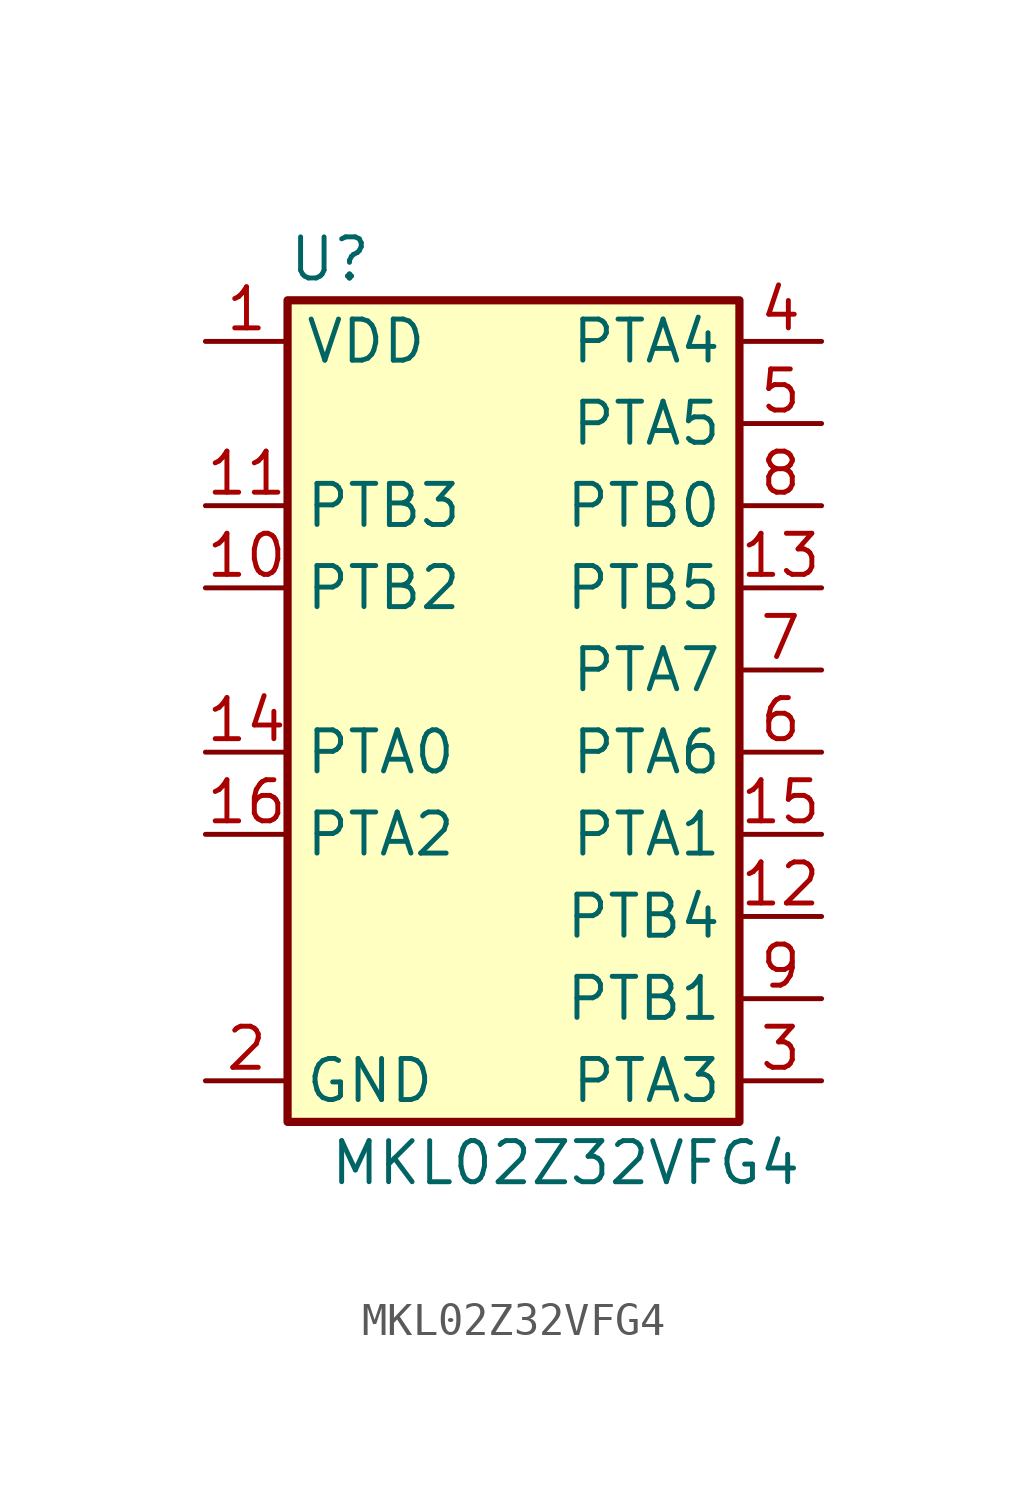
<source format=kicad_sym>
(kicad_symbol_lib
  (version 20231120)
  (generator "kicad_symbol_editor")
  (generator_version "8.0")
  (symbol "MKL02Z32VFG4"
    (property "Reference" "U"
      (at -7.62 15.24 0)
      (effects (font (size 1.27 1.27)) (justify left)))
    (property "Value" "MKL02Z32VFG4"
      (at -6.35 -12.7 0)
      (effects (font (size 1.27 1.27)) (justify left)))
    (symbol "MKL02Z32VFG4_1_1"
      (rectangle (start -7.62 13.97) (end 6.35 -11.43) (stroke (width 0.254) (type default)) (fill (type background)))
      (pin power_in line (at -10.16 12.7 0) (length 2.54) (name "VDD" (effects (font (size 1.27 1.27)))) (number "1" (effects (font (size 1.27 1.27)))))
      (pin bidirectional line (at -10.16 5.08 0) (length 2.54) (name "PTB2" (effects (font (size 1.27 1.27)))) (number "10" (effects (font (size 1.27 1.27)))))
      (pin bidirectional line (at -10.16 7.62 0) (length 2.54) (name "PTB3" (effects (font (size 1.27 1.27)))) (number "11" (effects (font (size 1.27 1.27)))))
      (pin bidirectional line (at 8.89 -5.08 180) (length 2.54) (name "PTB4" (effects (font (size 1.27 1.27)))) (number "12" (effects (font (size 1.27 1.27)))))
      (pin bidirectional line (at 8.89 5.08 180) (length 2.54) (name "PTB5" (effects (font (size 1.27 1.27)))) (number "13" (effects (font (size 1.27 1.27)))))
      (pin bidirectional line (at -10.16 0 0) (length 2.54) (name "PTA0" (effects (font (size 1.27 1.27)))) (number "14" (effects (font (size 1.27 1.27)))))
      (pin bidirectional line (at 8.89 -2.54 180) (length 2.54) (name "PTA1" (effects (font (size 1.27 1.27)))) (number "15" (effects (font (size 1.27 1.27)))))
      (pin bidirectional line (at -10.16 -2.54 0) (length 2.54) (name "PTA2" (effects (font (size 1.27 1.27)))) (number "16" (effects (font (size 1.27 1.27)))))
      (pin power_in line (at -10.16 -10.16 0) (length 2.54) (name "GND" (effects (font (size 1.27 1.27)))) (number "2" (effects (font (size 1.27 1.27)))))
      (pin bidirectional line (at 8.89 -10.16 180) (length 2.54) (name "PTA3" (effects (font (size 1.27 1.27)))) (number "3" (effects (font (size 1.27 1.27)))))
      (pin bidirectional line (at 8.89 12.7 180) (length 2.54) (name "PTA4" (effects (font (size 1.27 1.27)))) (number "4" (effects (font (size 1.27 1.27)))))
      (pin bidirectional line (at 8.89 10.16 180) (length 2.54) (name "PTA5" (effects (font (size 1.27 1.27)))) (number "5" (effects (font (size 1.27 1.27)))))
      (pin bidirectional line (at 8.89 0 180) (length 2.54) (name "PTA6" (effects (font (size 1.27 1.27)))) (number "6" (effects (font (size 1.27 1.27)))))
      (pin bidirectional line (at 8.89 2.54 180) (length 2.54) (name "PTA7" (effects (font (size 1.27 1.27)))) (number "7" (effects (font (size 1.27 1.27)))))
      (pin bidirectional line (at 8.89 7.62 180) (length 2.54) (name "PTB0" (effects (font (size 1.27 1.27)))) (number "8" (effects (font (size 1.27 1.27)))))
      (pin bidirectional line (at 8.89 -7.62 180) (length 2.54) (name "PTB1" (effects (font (size 1.27 1.27)))) (number "9" (effects (font (size 1.27 1.27)))))
      (pin power_in line (at -10.16 -10.16 0) (length 2.54) hide (name "GND" (effects (font (size 1.27 1.27)))) (number "EP" (effects (font (size 1.27 1.27))))))))
</source>
